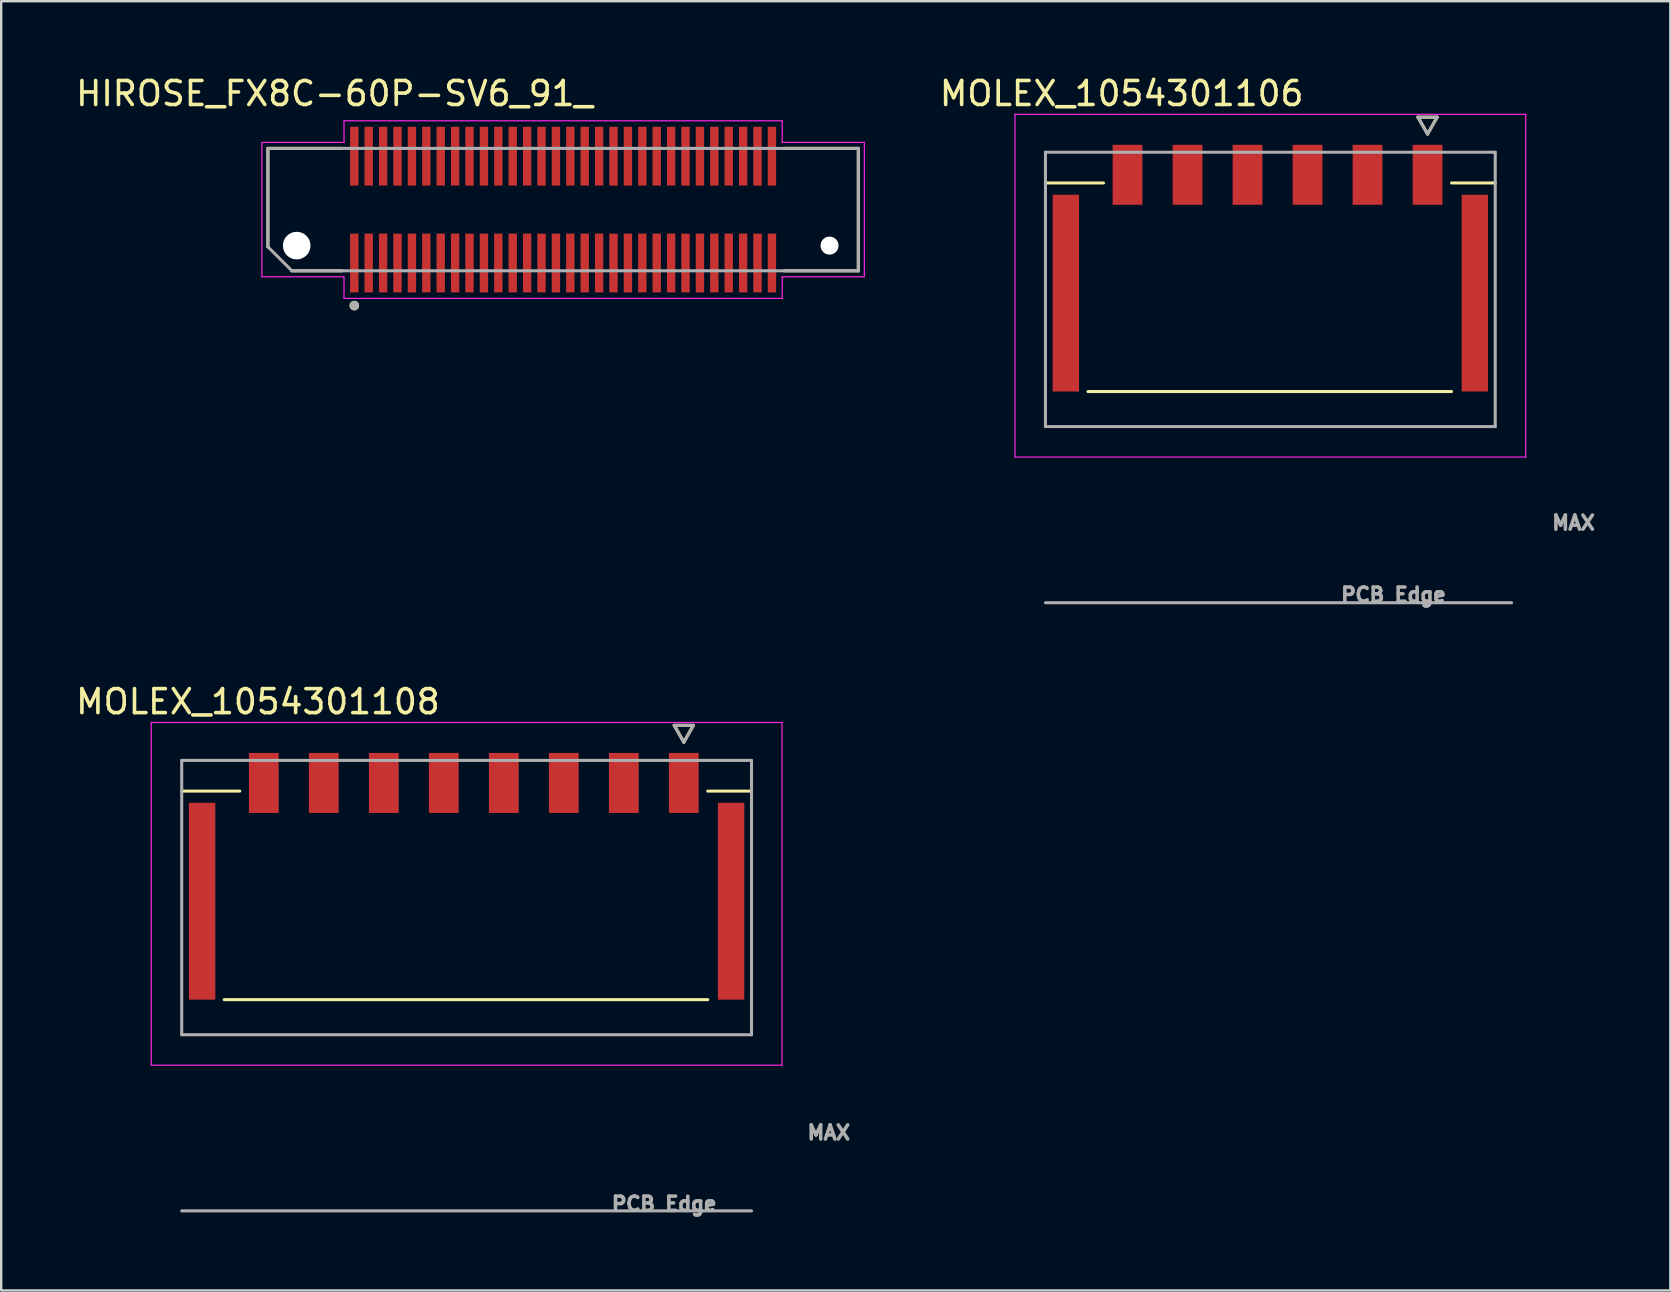
<source format=kicad_pcb>
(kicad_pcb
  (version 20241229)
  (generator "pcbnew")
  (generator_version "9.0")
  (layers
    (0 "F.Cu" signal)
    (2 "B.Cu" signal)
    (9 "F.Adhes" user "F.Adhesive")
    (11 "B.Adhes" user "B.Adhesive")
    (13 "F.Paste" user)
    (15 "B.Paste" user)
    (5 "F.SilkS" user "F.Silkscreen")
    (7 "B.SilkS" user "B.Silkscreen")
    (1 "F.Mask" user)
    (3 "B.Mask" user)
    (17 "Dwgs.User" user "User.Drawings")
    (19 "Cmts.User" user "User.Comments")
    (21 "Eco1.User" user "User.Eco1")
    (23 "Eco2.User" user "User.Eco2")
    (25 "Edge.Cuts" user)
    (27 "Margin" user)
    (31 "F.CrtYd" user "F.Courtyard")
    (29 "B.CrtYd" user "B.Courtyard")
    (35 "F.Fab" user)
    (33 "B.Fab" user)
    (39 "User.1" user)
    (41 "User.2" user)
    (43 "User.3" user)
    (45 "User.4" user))
  (footprint "HIROSE_FX8C-60P-SV6_91_"
    (layer "F.Cu")
    (at 20.412 5.683)
    (property "Reference" "HIROSE_FX8C-60P-SV6_91_" (at -9.525 -4.835 0) (layer "F.SilkS") (effects (font (size 1 1) (thickness 0.15))))
    (attr smd)
    (fp_line (start -12.3 -2.55) (end -9.21 -2.55) (stroke (width 0.127) (type solid)) (layer "F.SilkS"))
    (fp_line (start -12.3 1.55) (end -12.3 -2.55) (stroke (width 0.127) (type solid)) (layer "F.SilkS"))
    (fp_line (start -11.3 2.55) (end -9.21 2.55) (stroke (width 0.127) (type solid)) (layer "F.SilkS"))
    (fp_line (start 9.21 -2.55) (end 12.3 -2.55) (stroke (width 0.127) (type solid)) (layer "F.SilkS"))
    (fp_line (start 12.3 -2.55) (end 12.3 2.55) (stroke (width 0.127) (type solid)) (layer "F.SilkS"))
    (fp_line (start 12.3 2.55) (end 9.21 2.55) (stroke (width 0.127) (type solid)) (layer "F.SilkS"))
    (fp_circle (center -8.7 4) (end -8.6 4) (stroke (width 0.2) (type solid)) (fill no) (layer "F.SilkS"))
    (fp_line (start -12.55 -2.8) (end -12.55 2.8) (stroke (width 0.05) (type solid)) (layer "F.CrtYd"))
    (fp_line (start -12.55 2.8) (end -9.13 2.8) (stroke (width 0.05) (type solid)) (layer "F.CrtYd"))
    (fp_line (start -9.13 -3.7) (end -9.13 -2.8) (stroke (width 0.05) (type solid)) (layer "F.CrtYd"))
    (fp_line (start -9.13 -2.8) (end -12.55 -2.8) (stroke (width 0.05) (type solid)) (layer "F.CrtYd"))
    (fp_line (start -9.13 2.8) (end -9.13 3.7) (stroke (width 0.05) (type solid)) (layer "F.CrtYd"))
    (fp_line (start -9.13 3.7) (end 9.13 3.7) (stroke (width 0.05) (type solid)) (layer "F.CrtYd"))
    (fp_line (start 9.13 -3.7) (end -9.13 -3.7) (stroke (width 0.05) (type solid)) (layer "F.CrtYd"))
    (fp_line (start 9.13 -2.8) (end 9.13 -3.7) (stroke (width 0.05) (type solid)) (layer "F.CrtYd"))
    (fp_line (start 9.13 2.8) (end 12.55 2.8) (stroke (width 0.05) (type solid)) (layer "F.CrtYd"))
    (fp_line (start 9.13 3.7) (end 9.13 2.8) (stroke (width 0.05) (type solid)) (layer "F.CrtYd"))
    (fp_line (start 12.55 -2.8) (end 9.13 -2.8) (stroke (width 0.05) (type solid)) (layer "F.CrtYd"))
    (fp_line (start 12.55 2.8) (end 12.55 -2.8) (stroke (width 0.05) (type solid)) (layer "F.CrtYd"))
    (fp_line (start -12.3 -2.55) (end 12.3 -2.55) (stroke (width 0.127) (type solid)) (layer "F.Fab"))
    (fp_line (start -12.3 1.55) (end -12.3 -2.55) (stroke (width 0.127) (type solid)) (layer "F.Fab"))
    (fp_line (start -11.3 2.55) (end -12.3 1.55) (stroke (width 0.127) (type solid)) (layer "F.Fab"))
    (fp_line (start 12.3 -2.55) (end 12.3 2.55) (stroke (width 0.127) (type solid)) (layer "F.Fab"))
    (fp_line (start 12.3 2.55) (end -11.3 2.55) (stroke (width 0.127) (type solid)) (layer "F.Fab"))
    (fp_circle (center -8.7 4) (end -8.6 4) (stroke (width 0.2) (type solid)) (fill no) (layer "F.Fab"))
    (pad "" np_thru_hole circle (at -11.1 1.5) (size 1.15 1.15) (drill 1.15) (layers "*.Cu" "*.Mask"))
    (pad "" np_thru_hole circle (at 11.1 1.5) (size 0.75 0.75) (drill 0.75) (layers "*.Cu" "*.Mask"))
    (pad "1" smd rect (at -8.7 2.225) (size 0.35 2.45) (layers "F.Cu" "F.Mask" "F.Paste"))
    (pad "2" smd rect (at -8.7 -2.225) (size 0.35 2.45) (layers "F.Cu" "F.Mask" "F.Paste"))
    (pad "3" smd rect (at -8.1 2.225) (size 0.35 2.45) (layers "F.Cu" "F.Mask" "F.Paste"))
    (pad "4" smd rect (at -8.1 -2.225) (size 0.35 2.45) (layers "F.Cu" "F.Mask" "F.Paste"))
    (pad "5" smd rect (at -7.5 2.225) (size 0.35 2.45) (layers "F.Cu" "F.Mask" "F.Paste"))
    (pad "6" smd rect (at -7.5 -2.225) (size 0.35 2.45) (layers "F.Cu" "F.Mask" "F.Paste"))
    (pad "7" smd rect (at -6.9 2.225) (size 0.35 2.45) (layers "F.Cu" "F.Mask" "F.Paste"))
    (pad "8" smd rect (at -6.9 -2.225) (size 0.35 2.45) (layers "F.Cu" "F.Mask" "F.Paste"))
    (pad "9" smd rect (at -6.3 2.225) (size 0.35 2.45) (layers "F.Cu" "F.Mask" "F.Paste"))
    (pad "10" smd rect (at -6.3 -2.225) (size 0.35 2.45) (layers "F.Cu" "F.Mask" "F.Paste"))
    (pad "11" smd rect (at -5.7 2.225) (size 0.35 2.45) (layers "F.Cu" "F.Mask" "F.Paste"))
    (pad "12" smd rect (at -5.7 -2.225) (size 0.35 2.45) (layers "F.Cu" "F.Mask" "F.Paste"))
    (pad "13" smd rect (at -5.1 2.225) (size 0.35 2.45) (layers "F.Cu" "F.Mask" "F.Paste"))
    (pad "14" smd rect (at -5.1 -2.225) (size 0.35 2.45) (layers "F.Cu" "F.Mask" "F.Paste"))
    (pad "15" smd rect (at -4.5 2.225) (size 0.35 2.45) (layers "F.Cu" "F.Mask" "F.Paste"))
    (pad "16" smd rect (at -4.5 -2.225) (size 0.35 2.45) (layers "F.Cu" "F.Mask" "F.Paste"))
    (pad "17" smd rect (at -3.9 2.225) (size 0.35 2.45) (layers "F.Cu" "F.Mask" "F.Paste"))
    (pad "18" smd rect (at -3.9 -2.225) (size 0.35 2.45) (layers "F.Cu" "F.Mask" "F.Paste"))
    (pad "19" smd rect (at -3.3 2.225) (size 0.35 2.45) (layers "F.Cu" "F.Mask" "F.Paste"))
    (pad "20" smd rect (at -3.3 -2.225) (size 0.35 2.45) (layers "F.Cu" "F.Mask" "F.Paste"))
    (pad "21" smd rect (at -2.7 2.225) (size 0.35 2.45) (layers "F.Cu" "F.Mask" "F.Paste"))
    (pad "22" smd rect (at -2.7 -2.225) (size 0.35 2.45) (layers "F.Cu" "F.Mask" "F.Paste"))
    (pad "23" smd rect (at -2.1 2.225) (size 0.35 2.45) (layers "F.Cu" "F.Mask" "F.Paste"))
    (pad "24" smd rect (at -2.1 -2.225) (size 0.35 2.45) (layers "F.Cu" "F.Mask" "F.Paste"))
    (pad "25" smd rect (at -1.5 2.225) (size 0.35 2.45) (layers "F.Cu" "F.Mask" "F.Paste"))
    (pad "26" smd rect (at -1.5 -2.225) (size 0.35 2.45) (layers "F.Cu" "F.Mask" "F.Paste"))
    (pad "27" smd rect (at -0.9 2.225) (size 0.35 2.45) (layers "F.Cu" "F.Mask" "F.Paste"))
    (pad "28" smd rect (at -0.9 -2.225) (size 0.35 2.45) (layers "F.Cu" "F.Mask" "F.Paste"))
    (pad "29" smd rect (at -0.3 2.225) (size 0.35 2.45) (layers "F.Cu" "F.Mask" "F.Paste"))
    (pad "30" smd rect (at -0.3 -2.225) (size 0.35 2.45) (layers "F.Cu" "F.Mask" "F.Paste"))
    (pad "31" smd rect (at 0.3 2.225) (size 0.35 2.45) (layers "F.Cu" "F.Mask" "F.Paste"))
    (pad "32" smd rect (at 0.3 -2.225) (size 0.35 2.45) (layers "F.Cu" "F.Mask" "F.Paste"))
    (pad "33" smd rect (at 0.9 2.225) (size 0.35 2.45) (layers "F.Cu" "F.Mask" "F.Paste"))
    (pad "34" smd rect (at 0.9 -2.225) (size 0.35 2.45) (layers "F.Cu" "F.Mask" "F.Paste"))
    (pad "35" smd rect (at 1.5 2.225) (size 0.35 2.45) (layers "F.Cu" "F.Mask" "F.Paste"))
    (pad "36" smd rect (at 1.5 -2.225) (size 0.35 2.45) (layers "F.Cu" "F.Mask" "F.Paste"))
    (pad "37" smd rect (at 2.1 2.225) (size 0.35 2.45) (layers "F.Cu" "F.Mask" "F.Paste"))
    (pad "38" smd rect (at 2.1 -2.225) (size 0.35 2.45) (layers "F.Cu" "F.Mask" "F.Paste"))
    (pad "39" smd rect (at 2.7 2.225) (size 0.35 2.45) (layers "F.Cu" "F.Mask" "F.Paste"))
    (pad "40" smd rect (at 2.7 -2.225) (size 0.35 2.45) (layers "F.Cu" "F.Mask" "F.Paste"))
    (pad "41" smd rect (at 3.3 2.225) (size 0.35 2.45) (layers "F.Cu" "F.Mask" "F.Paste"))
    (pad "42" smd rect (at 3.3 -2.225) (size 0.35 2.45) (layers "F.Cu" "F.Mask" "F.Paste"))
    (pad "43" smd rect (at 3.9 2.225) (size 0.35 2.45) (layers "F.Cu" "F.Mask" "F.Paste"))
    (pad "44" smd rect (at 3.9 -2.225) (size 0.35 2.45) (layers "F.Cu" "F.Mask" "F.Paste"))
    (pad "45" smd rect (at 4.5 2.225) (size 0.35 2.45) (layers "F.Cu" "F.Mask" "F.Paste"))
    (pad "46" smd rect (at 4.5 -2.225) (size 0.35 2.45) (layers "F.Cu" "F.Mask" "F.Paste"))
    (pad "47" smd rect (at 5.1 2.225) (size 0.35 2.45) (layers "F.Cu" "F.Mask" "F.Paste"))
    (pad "48" smd rect (at 5.1 -2.225) (size 0.35 2.45) (layers "F.Cu" "F.Mask" "F.Paste"))
    (pad "49" smd rect (at 5.7 2.225) (size 0.35 2.45) (layers "F.Cu" "F.Mask" "F.Paste"))
    (pad "50" smd rect (at 5.7 -2.225) (size 0.35 2.45) (layers "F.Cu" "F.Mask" "F.Paste"))
    (pad "51" smd rect (at 6.3 2.225) (size 0.35 2.45) (layers "F.Cu" "F.Mask" "F.Paste"))
    (pad "52" smd rect (at 6.3 -2.225) (size 0.35 2.45) (layers "F.Cu" "F.Mask" "F.Paste"))
    (pad "53" smd rect (at 6.9 2.225) (size 0.35 2.45) (layers "F.Cu" "F.Mask" "F.Paste"))
    (pad "54" smd rect (at 6.9 -2.225) (size 0.35 2.45) (layers "F.Cu" "F.Mask" "F.Paste"))
    (pad "55" smd rect (at 7.5 2.225) (size 0.35 2.45) (layers "F.Cu" "F.Mask" "F.Paste"))
    (pad "56" smd rect (at 7.5 -2.225) (size 0.35 2.45) (layers "F.Cu" "F.Mask" "F.Paste"))
    (pad "57" smd rect (at 8.1 2.225) (size 0.35 2.45) (layers "F.Cu" "F.Mask" "F.Paste"))
    (pad "58" smd rect (at 8.1 -2.225) (size 0.35 2.45) (layers "F.Cu" "F.Mask" "F.Paste"))
    (pad "59" smd rect (at 8.7 2.225) (size 0.35 2.45) (layers "F.Cu" "F.Mask" "F.Paste"))
    (pad "60" smd rect (at 8.7 -2.225) (size 0.35 2.45) (layers "F.Cu" "F.Mask" "F.Paste")))
  (footprint "MOLEX_1054301108"
    (layer "F.Cu")
    (at 16.391 34.346)
    (property "Reference" "MOLEX_1054301108" (at -8.695 -8.16 0) (layer "F.SilkS") (effects (font (size 1 1) (thickness 0.15))))
    (attr smd)
    (fp_poly (pts (xy -11.646 -4.021) (xy -10.394 -4.021) (xy -10.394 4.331) (xy -11.646 4.331)) (stroke (width 0.01) (type solid)) (fill yes) (layer "F.Mask"))
    (fp_poly (pts (xy -9.146 -6.101) (xy -7.754 -6.101) (xy -7.754 -3.449) (xy -9.146 -3.449)) (stroke (width 0.01) (type solid)) (fill yes) (layer "F.Mask"))
    (fp_poly (pts (xy -6.646 -6.101) (xy -5.254 -6.101) (xy -5.254 -3.449) (xy -6.646 -3.449)) (stroke (width 0.01) (type solid)) (fill yes) (layer "F.Mask"))
    (fp_poly (pts (xy -4.146 -6.101) (xy -2.754 -6.101) (xy -2.754 -3.449) (xy -4.146 -3.449)) (stroke (width 0.01) (type solid)) (fill yes) (layer "F.Mask"))
    (fp_poly (pts (xy -1.646 -6.101) (xy -0.254 -6.101) (xy -0.254 -3.449) (xy -1.646 -3.449)) (stroke (width 0.01) (type solid)) (fill yes) (layer "F.Mask"))
    (fp_poly (pts (xy 0.854 -6.101) (xy 2.246 -6.101) (xy 2.246 -3.449) (xy 0.854 -3.449)) (stroke (width 0.01) (type solid)) (fill yes) (layer "F.Mask"))
    (fp_poly (pts (xy 3.354 -6.101) (xy 4.746 -6.101) (xy 4.746 -3.449) (xy 3.354 -3.449)) (stroke (width 0.01) (type solid)) (fill yes) (layer "F.Mask"))
    (fp_poly (pts (xy 5.854 -6.101) (xy 7.246 -6.101) (xy 7.246 -3.449) (xy 5.854 -3.449)) (stroke (width 0.01) (type solid)) (fill yes) (layer "F.Mask"))
    (fp_poly (pts (xy 8.354 -6.101) (xy 9.746 -6.101) (xy 9.746 -3.449) (xy 8.354 -3.449)) (stroke (width 0.01) (type solid)) (fill yes) (layer "F.Mask"))
    (fp_poly (pts (xy 10.394 -4.021) (xy 11.646 -4.021) (xy 11.646 4.331) (xy 10.394 4.331)) (stroke (width 0.01) (type solid)) (fill yes) (layer "F.Mask"))
    (fp_line (start -11.87 -4.435) (end -9.45 -4.435) (stroke (width 0.127) (type solid)) (layer "F.SilkS"))
    (fp_line (start 8.65 -7.175) (end 9.05 -6.475) (stroke (width 0.127) (type solid)) (layer "F.SilkS"))
    (fp_line (start 9.05 -6.475) (end 9.45 -7.175) (stroke (width 0.127) (type solid)) (layer "F.SilkS"))
    (fp_line (start 9.45 -7.175) (end 8.65 -7.175) (stroke (width 0.127) (type solid)) (layer "F.SilkS"))
    (fp_line (start 10.05 -4.435) (end 11.87 -4.435) (stroke (width 0.127) (type solid)) (layer "F.SilkS"))
    (fp_line (start 10.05 4.255) (end -10.1 4.255) (stroke (width 0.127) (type solid)) (layer "F.SilkS"))
    (fp_line (start -13.14 -7.295) (end 13.14 -7.295) (stroke (width 0.05) (type solid)) (layer "F.CrtYd"))
    (fp_line (start -13.14 6.985) (end -13.14 -7.295) (stroke (width 0.05) (type solid)) (layer "F.CrtYd"))
    (fp_line (start -13.14 6.985) (end 13.14 6.985) (stroke (width 0.05) (type solid)) (layer "F.CrtYd"))
    (fp_line (start 13.14 -7.295) (end 13.14 6.985) (stroke (width 0.05) (type solid)) (layer "F.CrtYd"))
    (fp_line (start -11.87 -5.715) (end 11.87 -5.715) (stroke (width 0.127) (type solid)) (layer "F.Fab"))
    (fp_line (start -11.87 5.715) (end -11.87 -5.715) (stroke (width 0.127) (type solid)) (layer "F.Fab"))
    (fp_line (start -11.87 13.055) (end 11.87 13.055) (stroke (width 0.127) (type solid)) (layer "F.Fab"))
    (fp_line (start 8.65 -7.175) (end 9.05 -6.475) (stroke (width 0.127) (type solid)) (layer "F.Fab"))
    (fp_line (start 9.05 -6.475) (end 9.45 -7.175) (stroke (width 0.127) (type solid)) (layer "F.Fab"))
    (fp_line (start 9.45 -7.175) (end 8.65 -7.175) (stroke (width 0.127) (type solid)) (layer "F.Fab"))
    (fp_line (start 11.87 -5.715) (end 11.87 5.715) (stroke (width 0.127) (type solid)) (layer "F.Fab"))
    (fp_line (start 11.87 5.715) (end -11.87 5.715) (stroke (width 0.127) (type solid)) (layer "F.Fab"))
    (fp_text user "PCB Edge" (at 8.23 12.765 0) (layer "F.Fab") (effects (font (size 0.591 0.591) (thickness 0.15))))
    (fp_text user "MAX" (at 15.09 9.795 0) (layer "F.Fab") (effects (font (size 0.591 0.591) (thickness 0.15))))
    (pad "1" smd rect (at 9.05 -4.775) (size 1.24 2.5) (layers "F.Cu" "F.Paste"))
    (pad "2" smd rect (at 6.55 -4.775) (size 1.24 2.5) (layers "F.Cu" "F.Paste"))
    (pad "3" smd rect (at 4.05 -4.775) (size 1.24 2.5) (layers "F.Cu" "F.Paste"))
    (pad "4" smd rect (at 1.55 -4.775) (size 1.24 2.5) (layers "F.Cu" "F.Paste"))
    (pad "5" smd rect (at -0.95 -4.775) (size 1.24 2.5) (layers "F.Cu" "F.Paste"))
    (pad "6" smd rect (at -3.45 -4.775) (size 1.24 2.5) (layers "F.Cu" "F.Paste"))
    (pad "7" smd rect (at -5.95 -4.775) (size 1.24 2.5) (layers "F.Cu" "F.Paste"))
    (pad "8" smd rect (at -8.45 -4.775) (size 1.24 2.5) (layers "F.Cu" "F.Paste"))
    (pad "S1" smd rect (at -11.02 0.155) (size 1.1 8.2) (layers "F.Cu" "F.Paste"))
    (pad "S2" smd rect (at 11.02 0.155) (size 1.1 8.2) (layers "F.Cu" "F.Paste")))
  (footprint "MOLEX_1054301106"
    (layer "F.Cu")
    (at 49.878 9.008)
    (property "Reference" "MOLEX_1054301106" (at -6.195 -8.16 0) (layer "F.SilkS") (effects (font (size 1 1) (thickness 0.15))))
    (attr smd)
    (fp_poly (pts (xy -9.146 -4.021) (xy -7.894 -4.021) (xy -7.894 4.331) (xy -9.146 4.331)) (stroke (width 0.01) (type solid)) (fill yes) (layer "F.Mask"))
    (fp_poly (pts (xy -6.646 -6.101) (xy -5.254 -6.101) (xy -5.254 -3.449) (xy -6.646 -3.449)) (stroke (width 0.01) (type solid)) (fill yes) (layer "F.Mask"))
    (fp_poly (pts (xy -4.146 -6.101) (xy -2.754 -6.101) (xy -2.754 -3.449) (xy -4.146 -3.449)) (stroke (width 0.01) (type solid)) (fill yes) (layer "F.Mask"))
    (fp_poly (pts (xy -1.646 -6.101) (xy -0.254 -6.101) (xy -0.254 -3.449) (xy -1.646 -3.449)) (stroke (width 0.01) (type solid)) (fill yes) (layer "F.Mask"))
    (fp_poly (pts (xy 0.854 -6.101) (xy 2.246 -6.101) (xy 2.246 -3.449) (xy 0.854 -3.449)) (stroke (width 0.01) (type solid)) (fill yes) (layer "F.Mask"))
    (fp_poly (pts (xy 3.354 -6.101) (xy 4.746 -6.101) (xy 4.746 -3.449) (xy 3.354 -3.449)) (stroke (width 0.01) (type solid)) (fill yes) (layer "F.Mask"))
    (fp_poly (pts (xy 5.854 -6.101) (xy 7.246 -6.101) (xy 7.246 -3.449) (xy 5.854 -3.449)) (stroke (width 0.01) (type solid)) (fill yes) (layer "F.Mask"))
    (fp_poly (pts (xy 7.894 -4.021) (xy 9.146 -4.021) (xy 9.146 4.331) (xy 7.894 4.331)) (stroke (width 0.01) (type solid)) (fill yes) (layer "F.Mask"))
    (fp_line (start -9.37 -4.435) (end -6.95 -4.435) (stroke (width 0.127) (type solid)) (layer "F.SilkS"))
    (fp_line (start 6.15 -7.175) (end 6.55 -6.475) (stroke (width 0.127) (type solid)) (layer "F.SilkS"))
    (fp_line (start 6.55 -6.475) (end 6.95 -7.175) (stroke (width 0.127) (type solid)) (layer "F.SilkS"))
    (fp_line (start 6.95 -7.175) (end 6.15 -7.175) (stroke (width 0.127) (type solid)) (layer "F.SilkS"))
    (fp_line (start 7.55 -4.435) (end 9.37 -4.435) (stroke (width 0.127) (type solid)) (layer "F.SilkS"))
    (fp_line (start 7.55 4.255) (end -7.6 4.255) (stroke (width 0.127) (type solid)) (layer "F.SilkS"))
    (fp_line (start -10.64 -7.295) (end 10.64 -7.295) (stroke (width 0.05) (type solid)) (layer "F.CrtYd"))
    (fp_line (start -10.64 6.985) (end -10.64 -7.295) (stroke (width 0.05) (type solid)) (layer "F.CrtYd"))
    (fp_line (start -10.64 6.985) (end 10.64 6.985) (stroke (width 0.05) (type solid)) (layer "F.CrtYd"))
    (fp_line (start 10.64 -7.295) (end 10.64 6.985) (stroke (width 0.05) (type solid)) (layer "F.CrtYd"))
    (fp_line (start -9.37 -5.715) (end 9.37 -5.715) (stroke (width 0.127) (type solid)) (layer "F.Fab"))
    (fp_line (start -9.37 5.715) (end -9.37 -5.715) (stroke (width 0.127) (type solid)) (layer "F.Fab"))
    (fp_line (start -9.37 13.055) (end 10.05 13.055) (stroke (width 0.127) (type solid)) (layer "F.Fab"))
    (fp_line (start 6.15 -7.175) (end 6.55 -6.475) (stroke (width 0.127) (type solid)) (layer "F.Fab"))
    (fp_line (start 6.55 -6.475) (end 6.95 -7.175) (stroke (width 0.127) (type solid)) (layer "F.Fab"))
    (fp_line (start 6.95 -7.175) (end 6.15 -7.175) (stroke (width 0.127) (type solid)) (layer "F.Fab"))
    (fp_line (start 9.37 -5.715) (end 9.37 5.715) (stroke (width 0.127) (type solid)) (layer "F.Fab"))
    (fp_line (start 9.37 5.715) (end -9.37 5.715) (stroke (width 0.127) (type solid)) (layer "F.Fab"))
    (fp_text user "MAX" (at 12.63 9.725 0) (layer "F.Fab") (effects (font (size 0.591 0.591) (thickness 0.15))))
    (fp_text user "PCB Edge" (at 5.13 12.725 0) (layer "F.Fab") (effects (font (size 0.591 0.591) (thickness 0.15))))
    (pad "1" smd rect (at 6.55 -4.775) (size 1.24 2.5) (layers "F.Cu" "F.Paste"))
    (pad "2" smd rect (at 4.05 -4.775) (size 1.24 2.5) (layers "F.Cu" "F.Paste"))
    (pad "3" smd rect (at 1.55 -4.775) (size 1.24 2.5) (layers "F.Cu" "F.Paste"))
    (pad "4" smd rect (at -0.95 -4.775) (size 1.24 2.5) (layers "F.Cu" "F.Paste"))
    (pad "5" smd rect (at -3.45 -4.775) (size 1.24 2.5) (layers "F.Cu" "F.Paste"))
    (pad "6" smd rect (at -5.95 -4.775) (size 1.24 2.5) (layers "F.Cu" "F.Paste"))
    (pad "S1" smd rect (at -8.52 0.155) (size 1.1 8.2) (layers "F.Cu" "F.Paste"))
    (pad "S2" smd rect (at 8.52 0.155) (size 1.1 8.2) (layers "F.Cu" "F.Paste")))
  (gr_rect
    (start -3 -3)
    (end 66.543 50.716)
    (stroke (width 0.1) (type default))
    (fill no)
    (layer "Edge.Cuts")))
</source>
